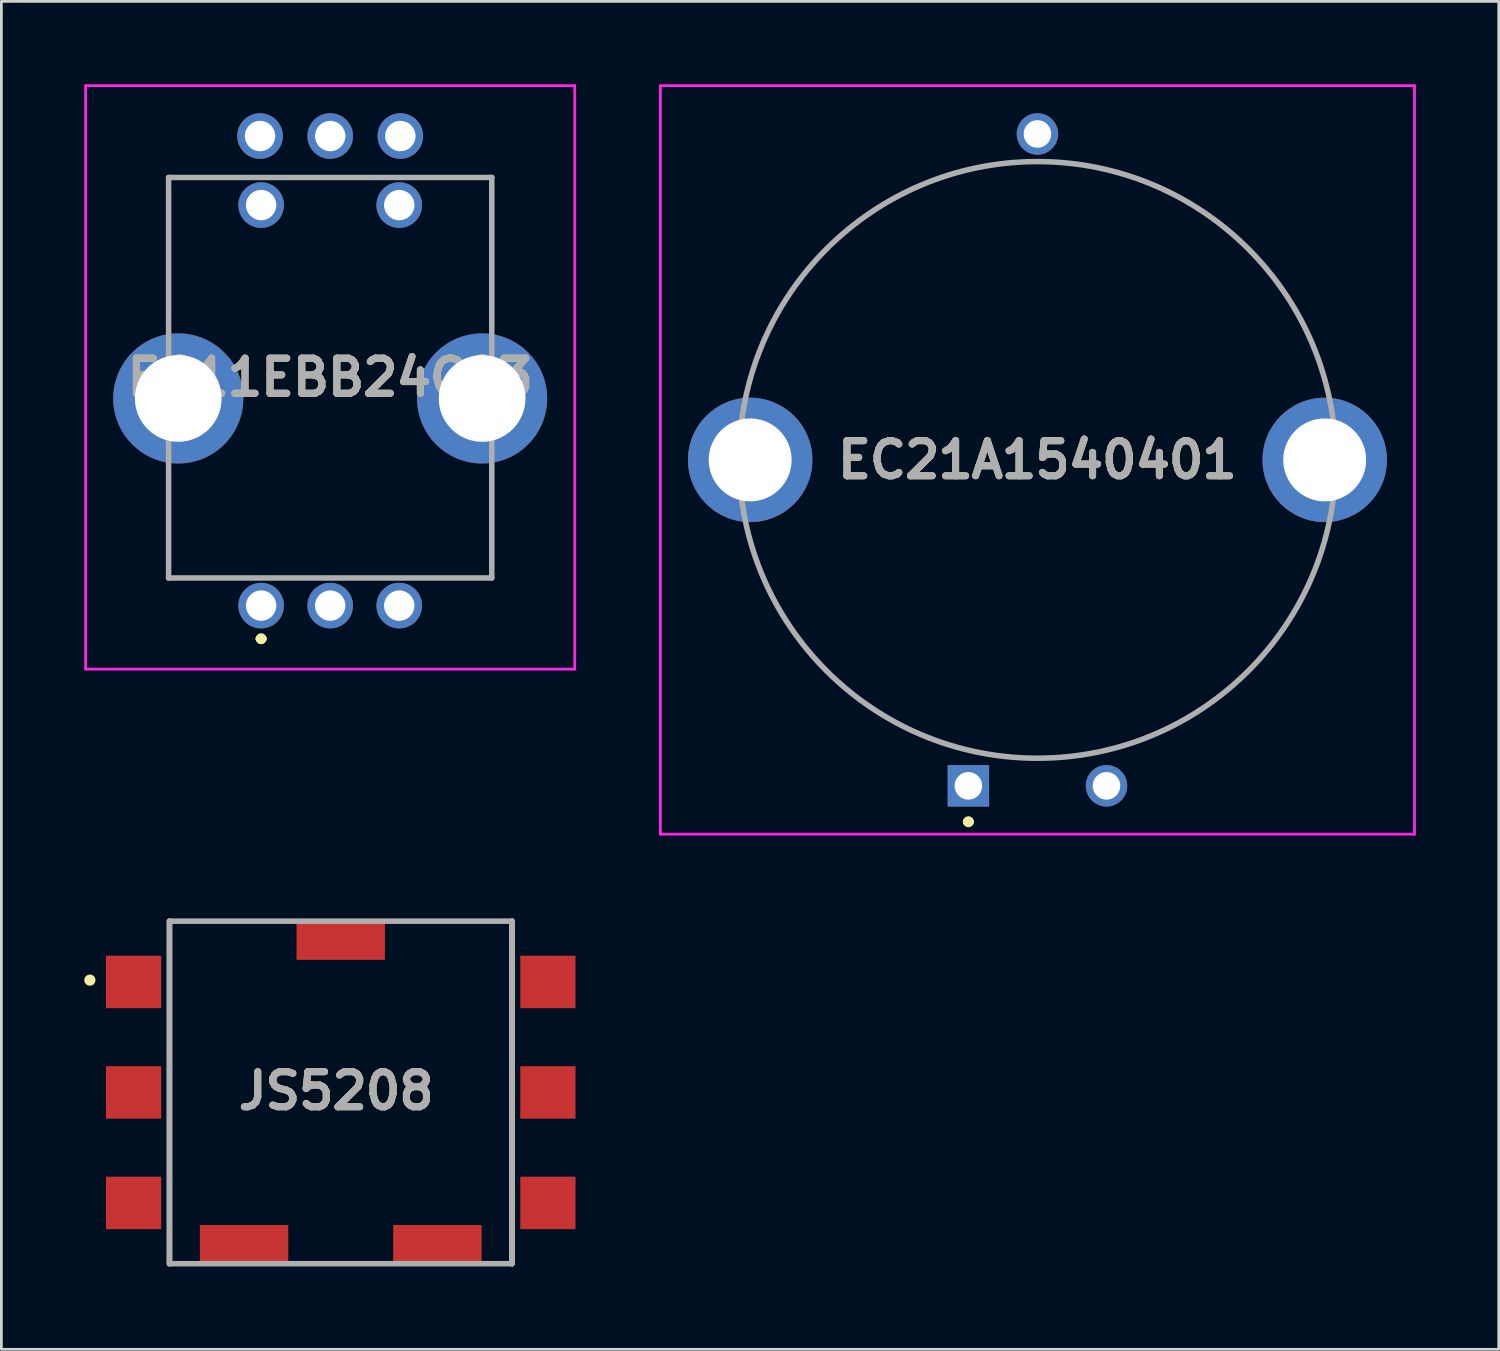
<source format=kicad_pcb>
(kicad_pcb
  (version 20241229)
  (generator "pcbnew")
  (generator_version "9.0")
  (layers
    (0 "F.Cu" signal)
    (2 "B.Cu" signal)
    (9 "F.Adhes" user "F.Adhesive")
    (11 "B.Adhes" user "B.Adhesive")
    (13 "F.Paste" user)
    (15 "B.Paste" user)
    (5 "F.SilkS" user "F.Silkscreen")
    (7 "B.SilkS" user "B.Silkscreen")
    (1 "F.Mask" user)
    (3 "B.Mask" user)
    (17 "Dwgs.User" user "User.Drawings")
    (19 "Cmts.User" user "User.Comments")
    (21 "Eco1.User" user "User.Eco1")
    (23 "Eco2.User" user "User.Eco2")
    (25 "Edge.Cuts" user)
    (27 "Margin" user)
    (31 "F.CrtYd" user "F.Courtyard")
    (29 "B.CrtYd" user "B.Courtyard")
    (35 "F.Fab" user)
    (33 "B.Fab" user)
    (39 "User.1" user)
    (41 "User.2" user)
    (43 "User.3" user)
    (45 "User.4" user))
  (footprint "EC21A1540401"
    (layer "F.Cu")
    (at 32.009 25.4)
    (property "Reference" "EC21A1540401" (at 2.5 -11.8 0) (layer "F.SilkS") (effects (font (size 1.27 1.27) (thickness 0.254))))
    (attr through_hole)
    (fp_line (start -0.1 1.3) (end -0.1 1.3) (stroke (width 0.2) (type solid)) (layer "F.SilkS"))
    (fp_line (start 0.1 1.3) (end 0.1 1.3) (stroke (width 0.2) (type solid)) (layer "F.SilkS"))
    (fp_arc (start -0.1 1.3) (mid 0 1.2) (end 0.1 1.3) (stroke (width 0.2) (type solid)) (layer "F.SilkS"))
    (fp_arc (start 0.1 1.3) (mid 0 1.4) (end -0.1 1.3) (stroke (width 0.2) (type solid)) (layer "F.SilkS"))
    (fp_line (start -11.151 -25.35) (end 16.151 -25.35) (stroke (width 0.1) (type solid)) (layer "F.CrtYd"))
    (fp_line (start -11.151 1.75) (end -11.151 -25.35) (stroke (width 0.1) (type solid)) (layer "F.CrtYd"))
    (fp_line (start 16.151 -25.35) (end 16.151 1.75) (stroke (width 0.1) (type solid)) (layer "F.CrtYd"))
    (fp_line (start 16.151 1.75) (end -11.151 1.75) (stroke (width 0.1) (type solid)) (layer "F.CrtYd"))
    (fp_line (start -8.3 -11.8) (end -8.3 -11.8) (stroke (width 0.2) (type solid)) (layer "F.Fab"))
    (fp_line (start 13.3 -11.8) (end 13.3 -11.8) (stroke (width 0.2) (type solid)) (layer "F.Fab"))
    (fp_arc (start -8.3 -11.8) (mid 2.5 -22.6) (end 13.3 -11.8) (stroke (width 0.2) (type solid)) (layer "F.Fab"))
    (fp_arc (start 13.3 -11.8) (mid 2.5 -1) (end -8.3 -11.8) (stroke (width 0.2) (type solid)) (layer "F.Fab"))
    (fp_text user "${REFERENCE}" (at 2.5 -11.8 0) (layer "F.Fab") (effects (font (size 1.27 1.27) (thickness 0.254))))
    (pad "1" thru_hole rect (at 0 0) (size 1.5 1.5) (drill 1) (layers "*.Cu" "*.Mask"))
    (pad "2" thru_hole circle (at 5 0) (size 1.5 1.5) (drill 1) (layers "*.Cu" "*.Mask"))
    (pad "3" thru_hole circle (at 2.5 -23.6) (size 1.5 1.5) (drill 1) (layers "*.Cu" "*.Mask"))
    (pad "4" thru_hole circle (at -7.9 -11.8) (size 4.503 4.503) (drill 3.002) (layers "*.Cu" "*.Mask"))
    (pad "5" thru_hole circle (at 12.9 -11.8) (size 4.503 4.503) (drill 3.002) (layers "*.Cu" "*.Mask")))
  (footprint "EC11EBB24C03"
    (layer "F.Cu")
    (at 6.404 18.875)
    (property "Reference" "EC11EBB24C03" (at 2.5 -8.262 0) (layer "F.SilkS") (effects (font (size 1.27 1.27) (thickness 0.254))))
    (attr through_hole)
    (fp_line (start -3.35 -15.5) (end 8.35 -15.5) (stroke (width 0.1) (type solid)) (layer "F.SilkS"))
    (fp_line (start -3.35 -10.5) (end -3.35 -15.5) (stroke (width 0.1) (type solid)) (layer "F.SilkS"))
    (fp_line (start -3.35 -4.5) (end -3.35 -1) (stroke (width 0.1) (type solid)) (layer "F.SilkS"))
    (fp_line (start -3.35 -1) (end 8.35 -1) (stroke (width 0.1) (type solid)) (layer "F.SilkS"))
    (fp_line (start -0.1 1.2) (end -0.1 1.2) (stroke (width 0.2) (type solid)) (layer "F.SilkS"))
    (fp_line (start 0.1 1.2) (end 0.1 1.2) (stroke (width 0.2) (type solid)) (layer "F.SilkS"))
    (fp_line (start 8.35 -15.5) (end 8.35 -10.5) (stroke (width 0.1) (type solid)) (layer "F.SilkS"))
    (fp_line (start 8.35 -1) (end 8.35 -4.5) (stroke (width 0.1) (type solid)) (layer "F.SilkS"))
    (fp_arc (start -0.1 1.2) (mid 0 1.1) (end 0.1 1.2) (stroke (width 0.2) (type solid)) (layer "F.SilkS"))
    (fp_arc (start 0.1 1.2) (mid 0 1.3) (end -0.1 1.2) (stroke (width 0.2) (type solid)) (layer "F.SilkS"))
    (fp_line (start -6.354 -18.825) (end 11.354 -18.825) (stroke (width 0.1) (type solid)) (layer "F.CrtYd"))
    (fp_line (start -6.354 2.3) (end -6.354 -18.825) (stroke (width 0.1) (type solid)) (layer "F.CrtYd"))
    (fp_line (start 11.354 -18.825) (end 11.354 2.3) (stroke (width 0.1) (type solid)) (layer "F.CrtYd"))
    (fp_line (start 11.354 2.3) (end -6.354 2.3) (stroke (width 0.1) (type solid)) (layer "F.CrtYd"))
    (fp_line (start -3.35 -15.5) (end 8.35 -15.5) (stroke (width 0.2) (type solid)) (layer "F.Fab"))
    (fp_line (start -3.35 -1) (end -3.35 -15.5) (stroke (width 0.2) (type solid)) (layer "F.Fab"))
    (fp_line (start 8.35 -15.5) (end 8.35 -1) (stroke (width 0.2) (type solid)) (layer "F.Fab"))
    (fp_line (start 8.35 -1) (end -3.35 -1) (stroke (width 0.2) (type solid)) (layer "F.Fab"))
    (fp_text user "${REFERENCE}" (at 2.5 -8.262 0) (layer "F.Fab") (effects (font (size 1.27 1.27) (thickness 0.254))))
    (pad "A1" thru_hole circle (at 0 0) (size 1.65 1.65) (drill 1.1) (layers "*.Cu" "*.Mask"))
    (pad "A2" thru_hole circle (at -0.04 -17) (size 1.65 1.65) (drill 1.1) (layers "*.Cu" "*.Mask"))
    (pad "B1" thru_hole circle (at 5 0) (size 1.65 1.65) (drill 1.1) (layers "*.Cu" "*.Mask"))
    (pad "B2" thru_hole circle (at 5.04 -17) (size 1.65 1.65) (drill 1.1) (layers "*.Cu" "*.Mask"))
    (pad "C1" thru_hole circle (at 2.5 0) (size 1.65 1.65) (drill 1.1) (layers "*.Cu" "*.Mask"))
    (pad "C2" thru_hole circle (at 2.5 -17) (size 1.65 1.65) (drill 1.1) (layers "*.Cu" "*.Mask"))
    (pad "D1" thru_hole circle (at 0 -14.5) (size 1.65 1.65) (drill 1.1) (layers "*.Cu" "*.Mask"))
    (pad "E1" thru_hole circle (at 5 -14.5) (size 1.65 1.65) (drill 1.1) (layers "*.Cu" "*.Mask"))
    (pad "MH1" thru_hole circle (at -3 -7.5) (size 4.708 4.708) (drill 3.139) (layers "*.Cu" "*.Mask"))
    (pad "MH2" thru_hole circle (at 8 -7.5) (size 4.708 4.708) (drill 3.139) (layers "*.Cu" "*.Mask")))
  (footprint "JS5208"
    (layer "F.Cu")
    (at 9.286 36.5)
    (property "Reference" "JS5208" (at -0.162 -0.056 0) (layer "F.SilkS") (effects (font (size 1.27 1.27) (thickness 0.254))))
    (attr through_hole)
    (fp_line (start -6.2 6.2) (end -6.2 -6.2) (stroke (width 0.2) (type solid)) (layer "F.SilkS"))
    (fp_line (start 6.2 -6.2) (end 6.2 6.2) (stroke (width 0.2) (type solid)) (layer "F.SilkS"))
    (fp_circle (center -9.082 -4.066) (end -9.082 -3.962) (stroke (width 0.2) (type solid)) (fill no) (layer "F.SilkS"))
    (fp_line (start -6.2 -6.2) (end 6.2 -6.2) (stroke (width 0.2) (type solid)) (layer "F.Fab"))
    (fp_line (start -6.2 6.2) (end -6.2 -6.2) (stroke (width 0.2) (type solid)) (layer "F.Fab"))
    (fp_line (start 6.2 -6.2) (end 6.2 6.2) (stroke (width 0.2) (type solid)) (layer "F.Fab"))
    (fp_line (start 6.2 6.2) (end -6.2 6.2) (stroke (width 0.2) (type solid)) (layer "F.Fab"))
    (fp_text user "${REFERENCE}" (at -0.162 -0.056 0) (layer "F.Fab") (effects (font (size 1.27 1.27) (thickness 0.254))))
    (pad "" np_thru_hole circle (at -3 3) (size 0.001 0.001) (drill 1.6) (layers "*.Cu" "*.Mask"))
    (pad "" np_thru_hole circle (at 3 -3) (size 0.001 0.001) (drill 1.6) (layers "*.Cu" "*.Mask"))
    (pad "1" smd rect (at -7.5 -4 90) (size 1.9 2) (layers "F.Cu" "F.Mask" "F.Paste"))
    (pad "2" smd rect (at -7.5 0 90) (size 1.9 2) (layers "F.Cu" "F.Mask" "F.Paste"))
    (pad "3" smd rect (at -7.5 4 90) (size 1.9 2) (layers "F.Cu" "F.Mask" "F.Paste"))
    (pad "4" smd rect (at 7.5 -4 90) (size 1.9 2) (layers "F.Cu" "F.Mask" "F.Paste"))
    (pad "5" smd rect (at 7.5 0 90) (size 1.9 2) (layers "F.Cu" "F.Mask" "F.Paste"))
    (pad "6" smd rect (at 7.5 4 90) (size 1.9 2) (layers "F.Cu" "F.Mask" "F.Paste"))
    (pad "7" smd rect (at -3.5 5.525 90) (size 1.45 3.2) (layers "F.Cu" "F.Mask" "F.Paste"))
    (pad "8" smd rect (at 3.5 5.525 90) (size 1.45 3.2) (layers "F.Cu" "F.Mask" "F.Paste"))
    (pad "9" smd rect (at 0 -5.525 90) (size 1.45 3.2) (layers "F.Cu" "F.Mask" "F.Paste")))
  (gr_rect
    (start -3 -3)
    (end 51.21 45.8)
    (stroke (width 0.1) (type default))
    (fill no)
    (layer "Edge.Cuts")))
</source>
